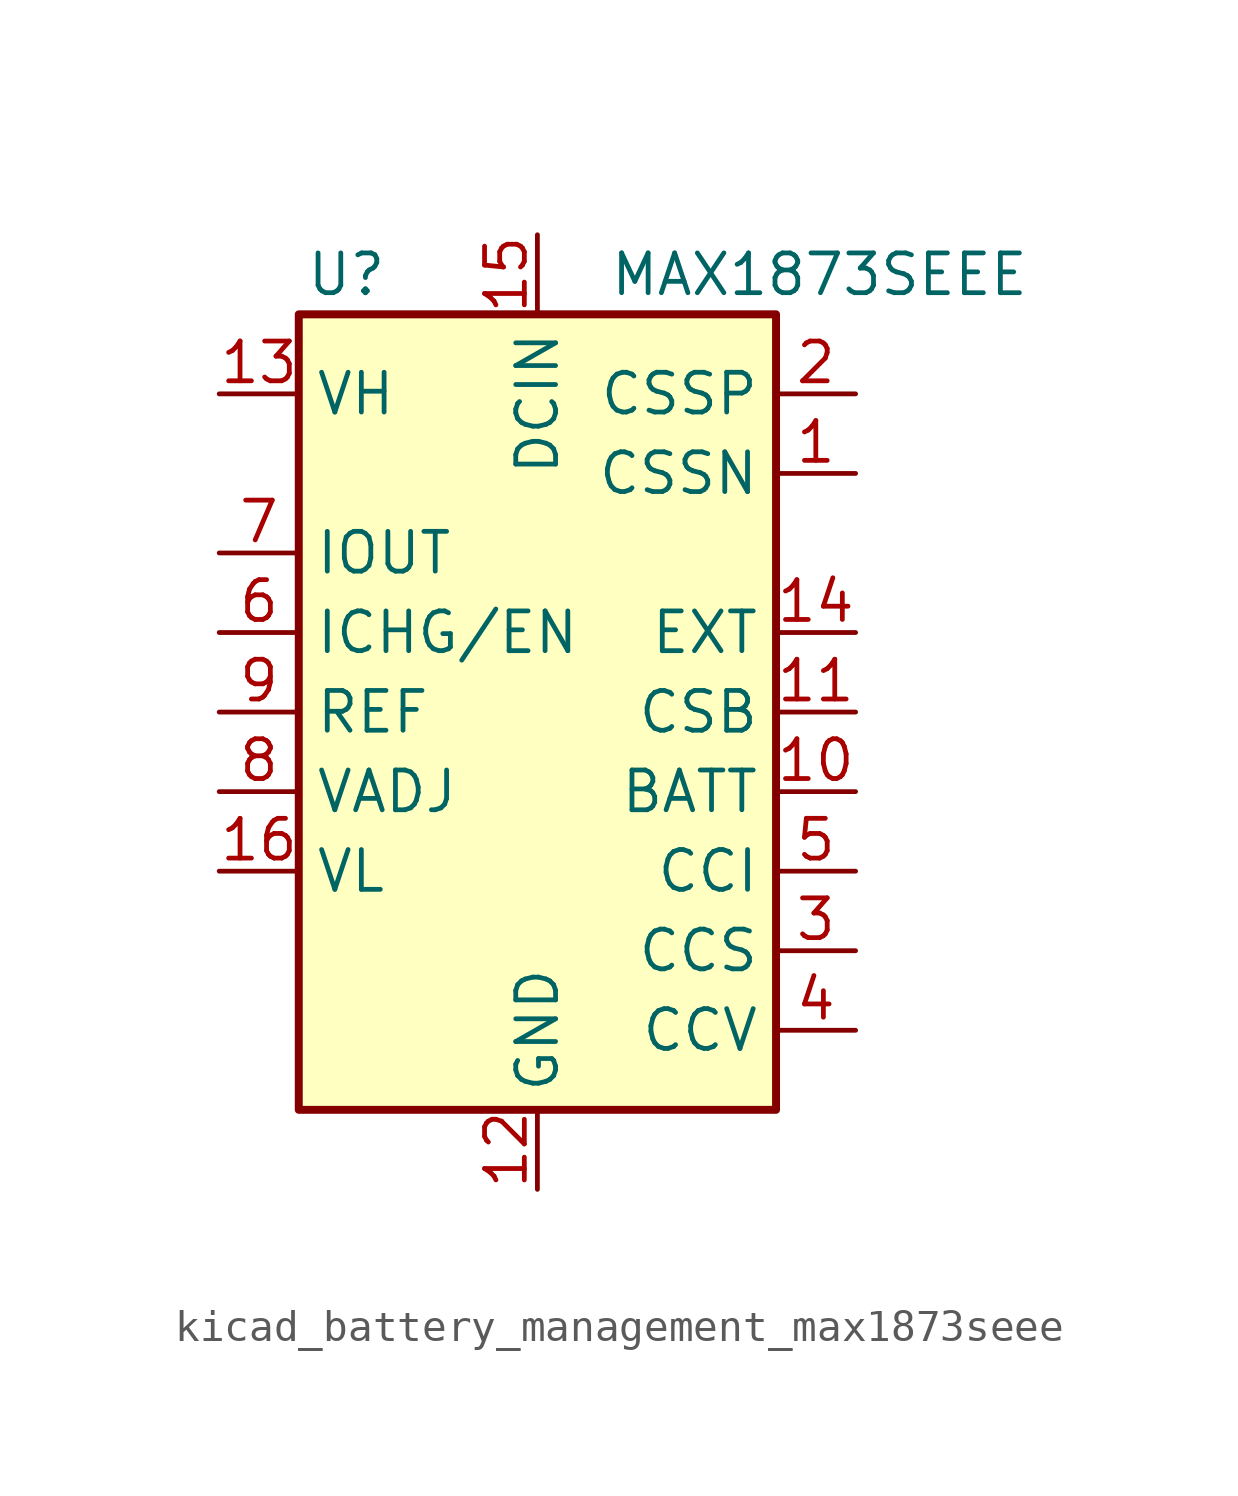
<source format=kicad_sym>
(kicad_symbol_lib
  (version 20220914)
  (generator kicad_symbol_editor)
  (symbol "kicad_battery_management_max1873seee"
    (property "Reference" "U"
      (at -6.096 13.97 0)
      (effects (font (size 1.27 1.27))))
    (property "Value" "MAX1873SEEE"
      (at 2.286 13.97 0)
      (effects (font (size 1.27 1.27)) (justify left)))
    (symbol "kicad_battery_management_max1873seee_0_1"
      (rectangle (start -7.62 12.7) (end 7.62 -12.7) (stroke (width 0.254) (type default)) (fill (type background))))
    (symbol "kicad_battery_management_max1873seee_1_1"
      (pin input line (at 10.16 7.62 180) (length 2.54) (name "CSSN" (effects (font (size 1.27 1.27)))) (number "1" (effects (font (size 1.27 1.27)))))
      (pin input line (at 10.16 -2.54 180) (length 2.54) (name "BATT" (effects (font (size 1.27 1.27)))) (number "10" (effects (font (size 1.27 1.27)))))
      (pin input line (at 10.16 0 180) (length 2.54) (name "CSB" (effects (font (size 1.27 1.27)))) (number "11" (effects (font (size 1.27 1.27)))))
      (pin power_in line (at 0 -15.24 90) (length 2.54) (name "GND" (effects (font (size 1.27 1.27)))) (number "12" (effects (font (size 1.27 1.27)))))
      (pin input line (at -10.16 10.16 0) (length 2.54) (name "VH" (effects (font (size 1.27 1.27)))) (number "13" (effects (font (size 1.27 1.27)))))
      (pin output line (at 10.16 2.54 180) (length 2.54) (name "EXT" (effects (font (size 1.27 1.27)))) (number "14" (effects (font (size 1.27 1.27)))))
      (pin power_in line (at 0 15.24 270) (length 2.54) (name "DCIN" (effects (font (size 1.27 1.27)))) (number "15" (effects (font (size 1.27 1.27)))))
      (pin input line (at -10.16 -5.08 0) (length 2.54) (name "VL" (effects (font (size 1.27 1.27)))) (number "16" (effects (font (size 1.27 1.27)))))
      (pin input line (at 10.16 10.16 180) (length 2.54) (name "CSSP" (effects (font (size 1.27 1.27)))) (number "2" (effects (font (size 1.27 1.27)))))
      (pin input line (at 10.16 -7.62 180) (length 2.54) (name "CCS" (effects (font (size 1.27 1.27)))) (number "3" (effects (font (size 1.27 1.27)))))
      (pin input line (at 10.16 -10.16 180) (length 2.54) (name "CCV" (effects (font (size 1.27 1.27)))) (number "4" (effects (font (size 1.27 1.27)))))
      (pin input line (at 10.16 -5.08 180) (length 2.54) (name "CCI" (effects (font (size 1.27 1.27)))) (number "5" (effects (font (size 1.27 1.27)))))
      (pin input line (at -10.16 2.54 0) (length 2.54) (name "ICHG/EN" (effects (font (size 1.27 1.27)))) (number "6" (effects (font (size 1.27 1.27)))))
      (pin output line (at -10.16 5.08 0) (length 2.54) (name "IOUT" (effects (font (size 1.27 1.27)))) (number "7" (effects (font (size 1.27 1.27)))))
      (pin input line (at -10.16 -2.54 0) (length 2.54) (name "VADJ" (effects (font (size 1.27 1.27)))) (number "8" (effects (font (size 1.27 1.27)))))
      (pin output line (at -10.16 0 0) (length 2.54) (name "REF" (effects (font (size 1.27 1.27)))) (number "9" (effects (font (size 1.27 1.27))))))))
</source>
